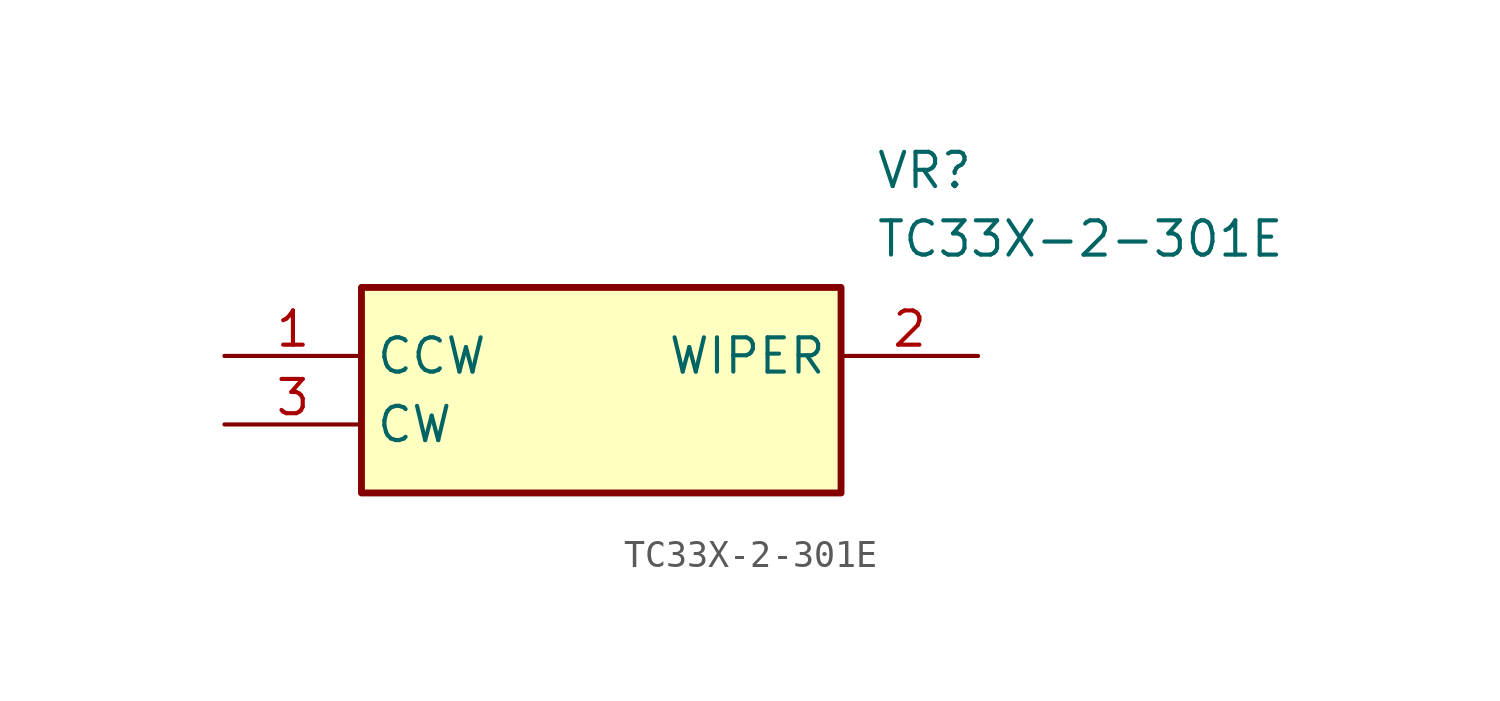
<source format=kicad_sym>
(kicad_symbol_lib
  (version 20211014)
  (generator SamacSys_ECAD_Model)
  (symbol "TC33X-2-301E"
    (property "Reference" "VR"
      (at 24.13 7.62 0)
      (effects (font (size 1.27 1.27)) (justify left top)))
    (property "Value" "TC33X-2-301E"
      (at 24.13 5.08 0)
      (effects (font (size 1.27 1.27)) (justify left top)))
    (rectangle
      (start 5.08 2.54)
      (end 22.86 -5.08)
      (stroke (width 0.254) (type default))
      (fill (type background)))
    (pin passive line
      (at 0 0 0)
      (length 5.08)
      (name "CCW" (effects (font (size 1.27 1.27))))
      (number "1" (effects (font (size 1.27 1.27)))))
    (pin passive line
      (at 27.94 0 180)
      (length 5.08)
      (name "WIPER" (effects (font (size 1.27 1.27))))
      (number "2" (effects (font (size 1.27 1.27)))))
    (pin passive line
      (at 0 -2.54 0)
      (length 5.08)
      (name "CW" (effects (font (size 1.27 1.27))))
      (number "3" (effects (font (size 1.27 1.27)))))))
</source>
